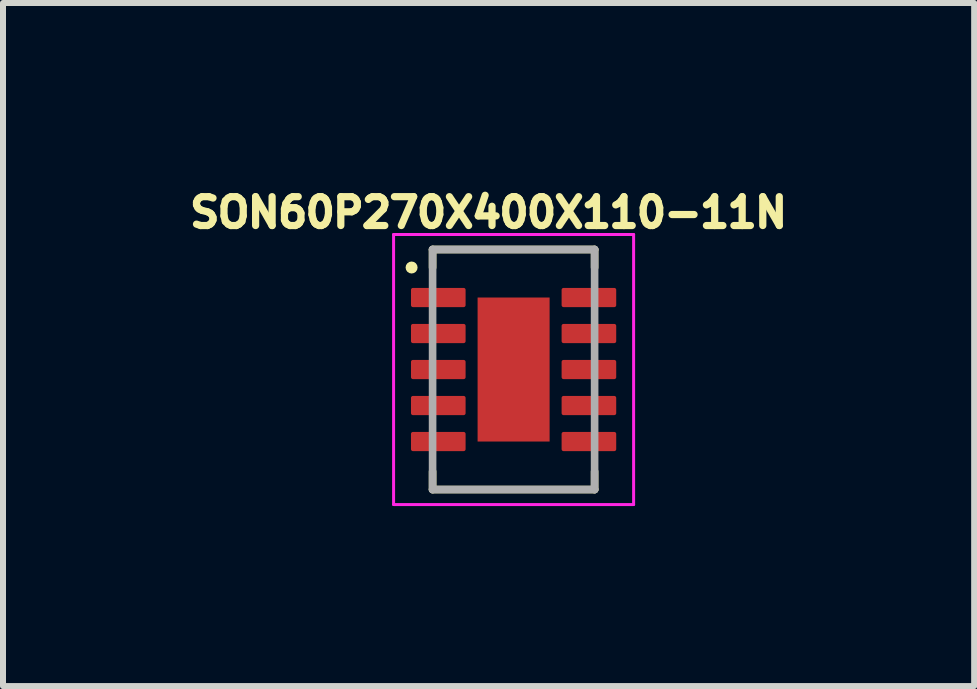
<source format=kicad_pcb>
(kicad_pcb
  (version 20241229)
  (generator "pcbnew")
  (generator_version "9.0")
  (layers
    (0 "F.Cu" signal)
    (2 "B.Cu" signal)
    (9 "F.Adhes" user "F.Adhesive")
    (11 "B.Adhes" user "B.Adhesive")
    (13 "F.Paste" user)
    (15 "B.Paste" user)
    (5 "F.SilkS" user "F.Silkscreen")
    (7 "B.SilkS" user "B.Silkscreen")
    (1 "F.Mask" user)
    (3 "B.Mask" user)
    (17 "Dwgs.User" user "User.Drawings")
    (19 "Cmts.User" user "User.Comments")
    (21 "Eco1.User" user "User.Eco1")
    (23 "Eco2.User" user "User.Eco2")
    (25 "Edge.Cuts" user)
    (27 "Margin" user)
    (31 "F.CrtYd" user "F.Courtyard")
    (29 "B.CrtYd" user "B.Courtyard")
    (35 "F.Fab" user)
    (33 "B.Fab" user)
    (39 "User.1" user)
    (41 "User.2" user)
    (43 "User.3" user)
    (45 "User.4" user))
  (footprint "SON60P270X400X110-11N"
    (layer "F.Cu")
    (at 5.509 3.108)
    (property "Reference" "SON60P270X400X110-11N" (at -0.417 -2.616 0) (layer "F.SilkS") (effects (font (size 0.481 0.481) (thickness 0.15))))
    (attr smd)
    (fp_line (start -1.35 -2) (end -1.35 -1.7) (stroke (width 0.127) (type solid)) (layer "F.SilkS"))
    (fp_line (start -1.35 1.7) (end -1.35 2) (stroke (width 0.127) (type solid)) (layer "F.SilkS"))
    (fp_line (start -1.35 2) (end 1.35 2) (stroke (width 0.127) (type solid)) (layer "F.SilkS"))
    (fp_line (start 1.35 -2) (end -1.35 -2) (stroke (width 0.127) (type solid)) (layer "F.SilkS"))
    (fp_line (start 1.35 -2) (end 1.35 -1.7) (stroke (width 0.127) (type solid)) (layer "F.SilkS"))
    (fp_line (start 1.35 2) (end 1.35 1.7) (stroke (width 0.127) (type solid)) (layer "F.SilkS"))
    (fp_circle (center -1.7 -1.7) (end -1.65 -1.7) (stroke (width 0.1) (type solid)) (fill no) (layer "F.SilkS"))
    (fp_poly (pts (xy -0.381 -0.76) (xy 0.38 -0.76) (xy 0.38 0.761) (xy -0.381 0.761)) (stroke (width 0.01) (type solid)) (fill yes) (layer "F.Paste"))
    (fp_line (start -2 -2.25) (end 2 -2.25) (stroke (width 0.05) (type solid)) (layer "F.CrtYd"))
    (fp_line (start -2 2.25) (end -2 -2.25) (stroke (width 0.05) (type solid)) (layer "F.CrtYd"))
    (fp_line (start 2 -2.25) (end 2 2.25) (stroke (width 0.05) (type solid)) (layer "F.CrtYd"))
    (fp_line (start 2 2.25) (end -2 2.25) (stroke (width 0.05) (type solid)) (layer "F.CrtYd"))
    (fp_line (start -1.35 -2) (end 1.35 -2) (stroke (width 0.127) (type solid)) (layer "F.Fab"))
    (fp_line (start -1.35 2) (end -1.35 -2) (stroke (width 0.127) (type solid)) (layer "F.Fab"))
    (fp_line (start 1.35 -2) (end 1.35 2) (stroke (width 0.127) (type solid)) (layer "F.Fab"))
    (fp_line (start 1.35 2) (end -1.35 2) (stroke (width 0.127) (type solid)) (layer "F.Fab"))
    (pad "1" smd roundrect (at -1.255 -1.2) (size 0.91 0.32) (layers "F.Cu" "F.Mask" "F.Paste") (roundrect_rratio 0.1))
    (pad "2" smd roundrect (at -1.255 -0.6) (size 0.91 0.32) (layers "F.Cu" "F.Mask" "F.Paste") (roundrect_rratio 0.1))
    (pad "3" smd roundrect (at -1.255 0) (size 0.91 0.32) (layers "F.Cu" "F.Mask" "F.Paste") (roundrect_rratio 0.1))
    (pad "4" smd roundrect (at -1.255 0.6) (size 0.91 0.32) (layers "F.Cu" "F.Mask" "F.Paste") (roundrect_rratio 0.1))
    (pad "5" smd roundrect (at -1.255 1.2) (size 0.91 0.32) (layers "F.Cu" "F.Mask" "F.Paste") (roundrect_rratio 0.1))
    (pad "6" smd roundrect (at 1.255 1.2) (size 0.91 0.32) (layers "F.Cu" "F.Mask" "F.Paste") (roundrect_rratio 0.1))
    (pad "7" smd roundrect (at 1.255 0.6) (size 0.91 0.32) (layers "F.Cu" "F.Mask" "F.Paste") (roundrect_rratio 0.1))
    (pad "8" smd roundrect (at 1.255 0) (size 0.91 0.32) (layers "F.Cu" "F.Mask" "F.Paste") (roundrect_rratio 0.1))
    (pad "9" smd roundrect (at 1.255 -0.6) (size 0.91 0.32) (layers "F.Cu" "F.Mask" "F.Paste") (roundrect_rratio 0.1))
    (pad "10" smd roundrect (at 1.255 -1.2) (size 0.91 0.32) (layers "F.Cu" "F.Mask" "F.Paste") (roundrect_rratio 0.1))
    (pad "11" smd rect (at 0 0) (size 1.2 2.4) (layers "F.Cu" "F.Mask")))
  (gr_rect
    (start -3 -3)
    (end 13.184 8.383)
    (stroke (width 0.1) (type default))
    (fill no)
    (layer "Edge.Cuts")))
</source>
